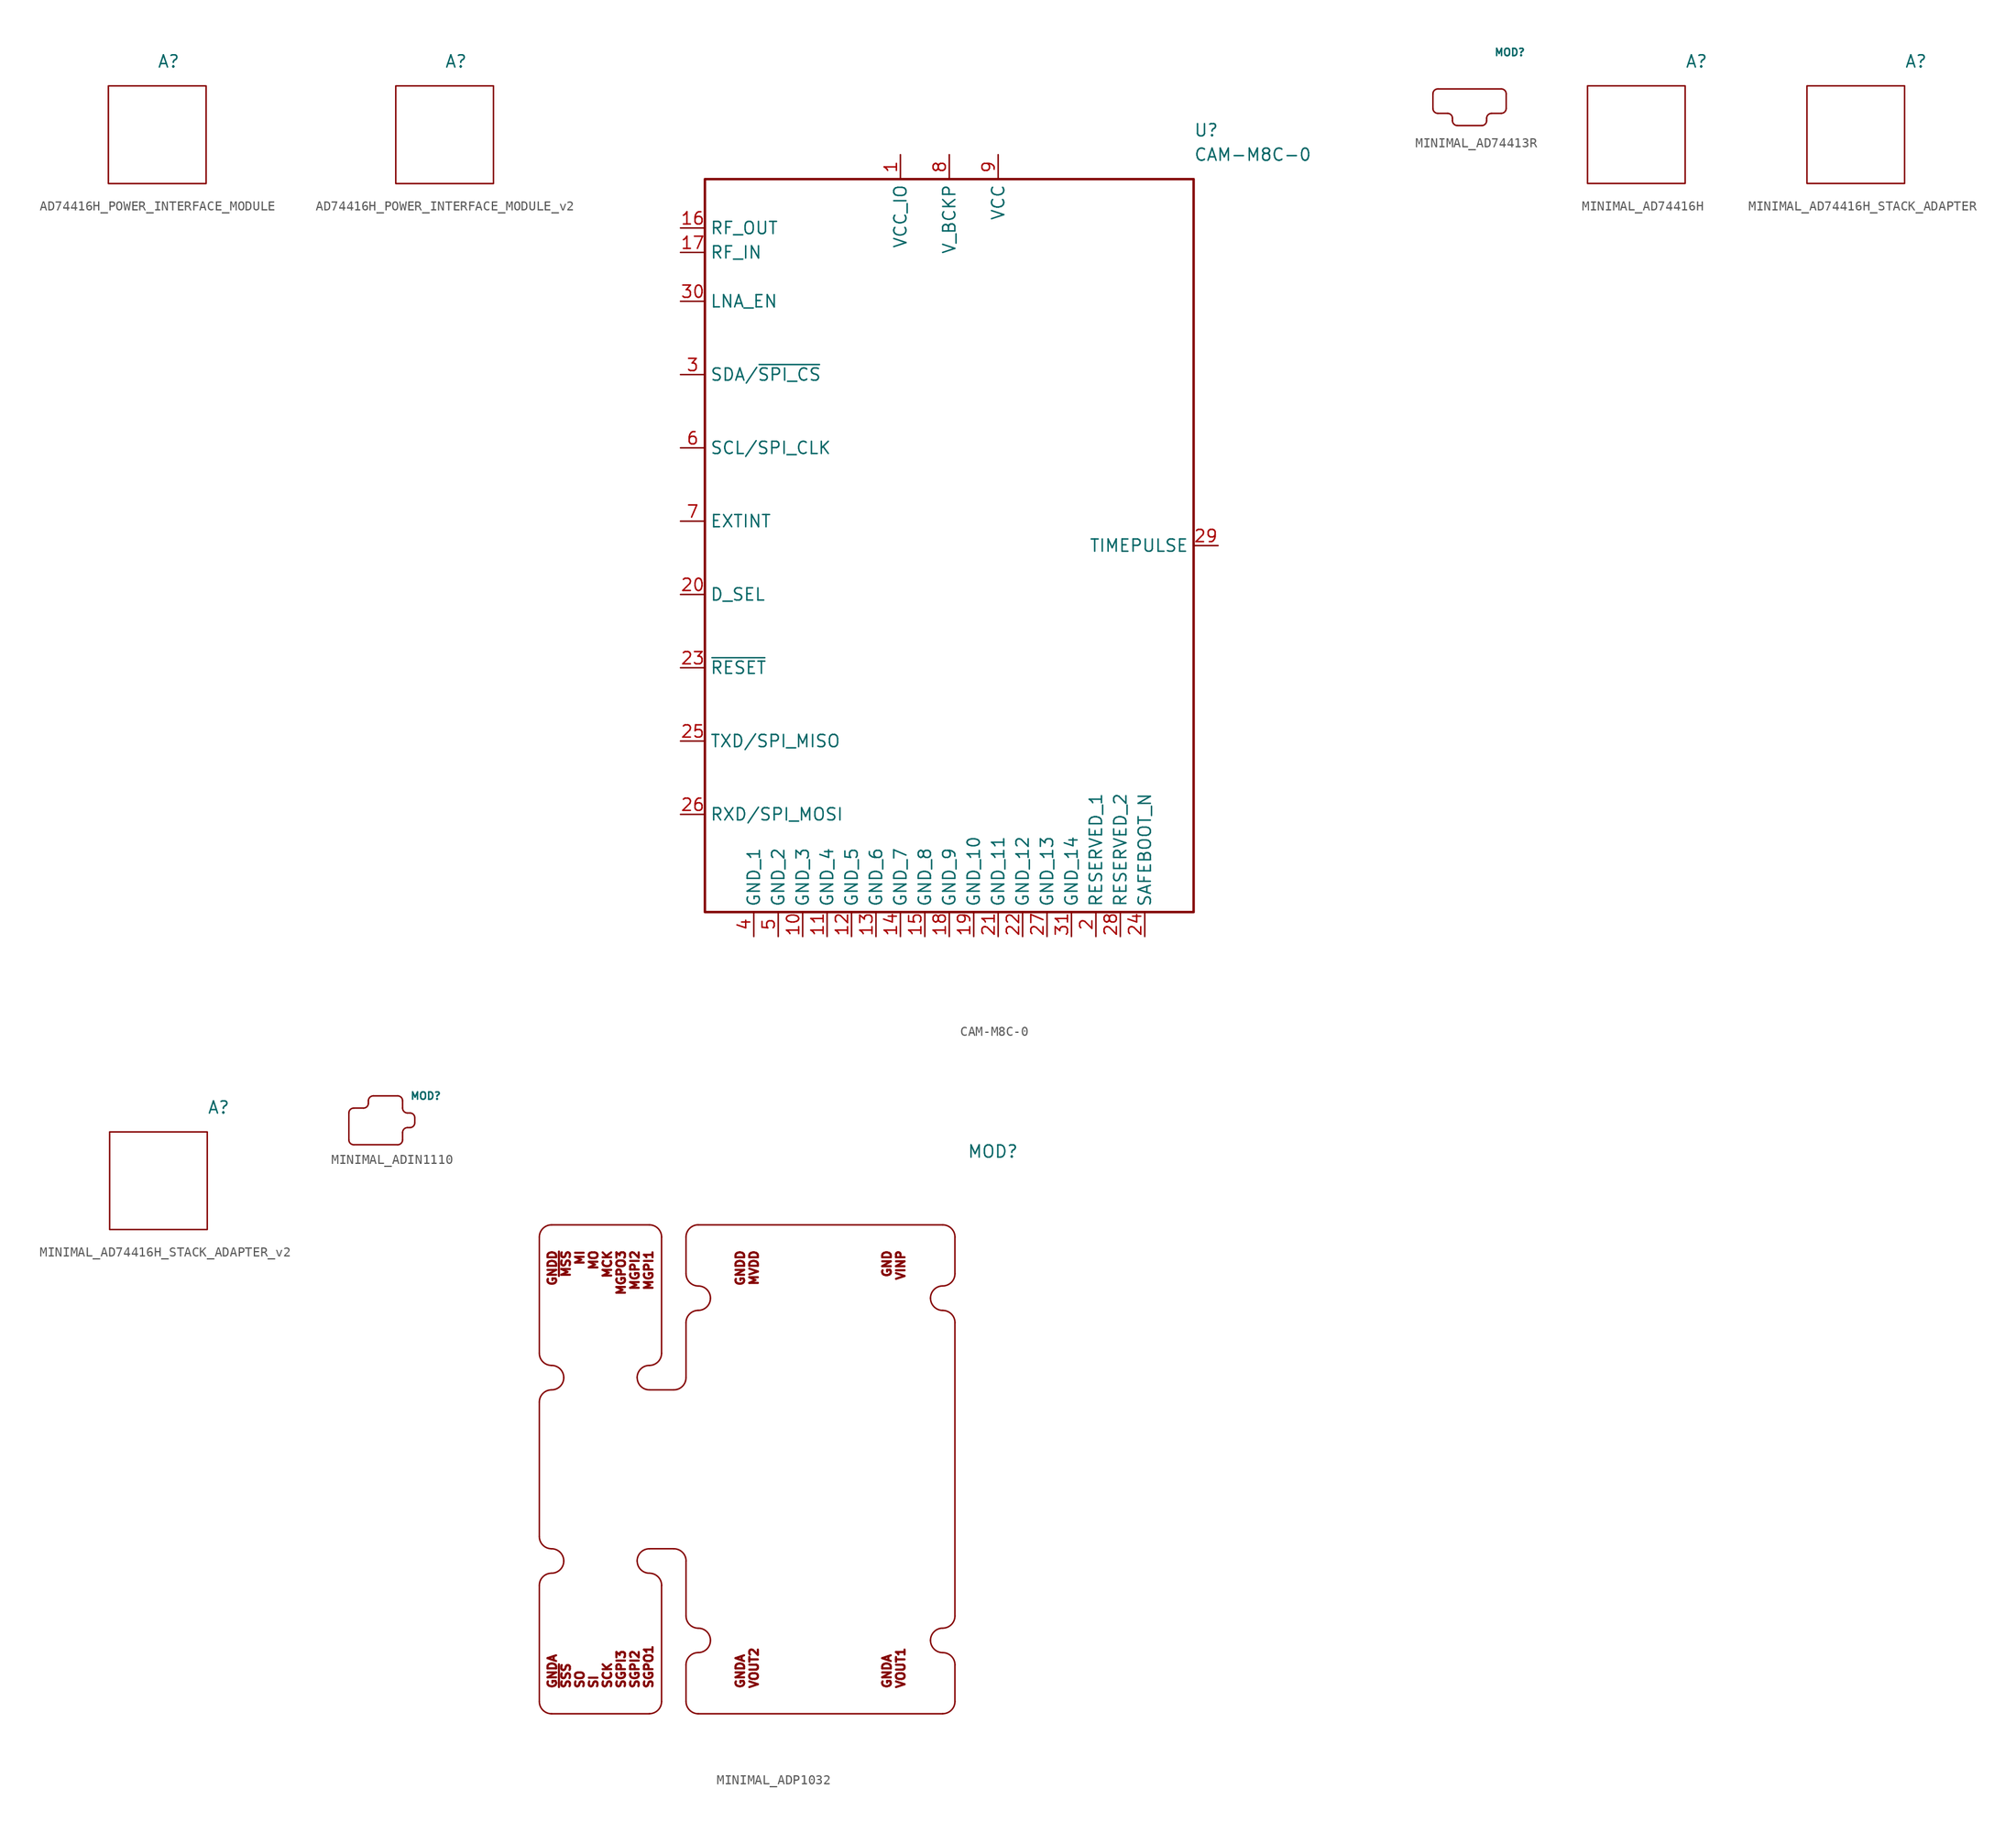
<source format=kicad_sym>
(kicad_symbol_lib
  (version 20241209)
  (generator "kicad_symbol_editor")
  (generator_version "9.0")
  (symbol "AD74416H_POWER_INTERFACE_MODULE"
    (property "Reference" "A"
      (at 0 7.62 0)
      (effects (font (size 1.27 1.27)) (justify left)))
    (property "Value" ""
      (at 0 0 0)
      (effects (font (size 1.27 1.27))))
    (symbol "AD74416H_POWER_INTERFACE_MODULE_0_1"
      (rectangle (start -5.08 5.08) (end 5.08 -5.08) (stroke (width 0) (type default)) (fill (type none)))))
  (symbol "AD74416H_POWER_INTERFACE_MODULE_v2"
    (property "Reference" "A"
      (at 0 7.62 0)
      (effects (font (size 1.27 1.27)) (justify left)))
    (property "Value" ""
      (at 0 0 0)
      (effects (font (size 1.27 1.27))))
    (symbol "AD74416H_POWER_INTERFACE_MODULE_v2_0_1"
      (rectangle (start -5.08 5.08) (end 5.08 -5.08) (stroke (width 0) (type default)) (fill (type none)))))
  (symbol "CAM-M8C-0"
    (property "Reference" "U"
      (at 25.4 43.18 0)
      (effects (font (size 1.27 1.27)) (justify left)))
    (property "Value" "CAM-M8C-0"
      (at 25.4 40.64 0)
      (effects (font (size 1.27 1.27)) (justify left)))
    (symbol "CAM-M8C-0_1_1"
      (rectangle (start -25.4 38.1) (end 25.4 -38.1) (stroke (width 0.254) (type default)) (fill (type none)))
      (pin passive line (at -27.94 33.02 0) (length 2.54) (name "RF_OUT" (effects (font (size 1.27 1.27)))) (number "16" (effects (font (size 1.27 1.27)))))
      (pin passive line (at -27.94 30.48 0) (length 2.54) (name "RF_IN" (effects (font (size 1.27 1.27)))) (number "17" (effects (font (size 1.27 1.27)))))
      (pin passive line (at -27.94 25.4 0) (length 2.54) (name "LNA_EN" (effects (font (size 1.27 1.27)))) (number "30" (effects (font (size 1.27 1.27)))))
      (pin passive line (at -27.94 17.78 0) (length 2.54) (name "SDA/~{SPI_CS}" (effects (font (size 1.27 1.27)))) (number "3" (effects (font (size 1.27 1.27)))))
      (pin passive line (at -27.94 10.16 0) (length 2.54) (name "SCL/SPI_CLK" (effects (font (size 1.27 1.27)))) (number "6" (effects (font (size 1.27 1.27)))))
      (pin passive line (at -27.94 2.54 0) (length 2.54) (name "EXTINT" (effects (font (size 1.27 1.27)))) (number "7" (effects (font (size 1.27 1.27)))))
      (pin passive line (at -27.94 -5.08 0) (length 2.54) (name "D_SEL" (effects (font (size 1.27 1.27)))) (number "20" (effects (font (size 1.27 1.27)))))
      (pin passive line (at -27.94 -12.7 0) (length 2.54) (name "~{RESET}" (effects (font (size 1.27 1.27)))) (number "23" (effects (font (size 1.27 1.27)))))
      (pin passive line (at -27.94 -20.32 0) (length 2.54) (name "TXD/SPI_MISO" (effects (font (size 1.27 1.27)))) (number "25" (effects (font (size 1.27 1.27)))))
      (pin passive line (at -27.94 -27.94 0) (length 2.54) (name "RXD/SPI_MOSI" (effects (font (size 1.27 1.27)))) (number "26" (effects (font (size 1.27 1.27)))))
      (pin passive line (at -20.32 -40.64 90) (length 2.54) (name "GND_1" (effects (font (size 1.27 1.27)))) (number "4" (effects (font (size 1.27 1.27)))))
      (pin passive line (at -17.78 -40.64 90) (length 2.54) (name "GND_2" (effects (font (size 1.27 1.27)))) (number "5" (effects (font (size 1.27 1.27)))))
      (pin passive line (at -15.24 -40.64 90) (length 2.54) (name "GND_3" (effects (font (size 1.27 1.27)))) (number "10" (effects (font (size 1.27 1.27)))))
      (pin passive line (at -12.7 -40.64 90) (length 2.54) (name "GND_4" (effects (font (size 1.27 1.27)))) (number "11" (effects (font (size 1.27 1.27)))))
      (pin passive line (at -10.16 -40.64 90) (length 2.54) (name "GND_5" (effects (font (size 1.27 1.27)))) (number "12" (effects (font (size 1.27 1.27)))))
      (pin passive line (at -7.62 -40.64 90) (length 2.54) (name "GND_6" (effects (font (size 1.27 1.27)))) (number "13" (effects (font (size 1.27 1.27)))))
      (pin passive line (at -5.08 40.64 270) (length 2.54) (name "VCC_IO" (effects (font (size 1.27 1.27)))) (number "1" (effects (font (size 1.27 1.27)))))
      (pin passive line (at -5.08 -40.64 90) (length 2.54) (name "GND_7" (effects (font (size 1.27 1.27)))) (number "14" (effects (font (size 1.27 1.27)))))
      (pin passive line (at -2.54 -40.64 90) (length 2.54) (name "GND_8" (effects (font (size 1.27 1.27)))) (number "15" (effects (font (size 1.27 1.27)))))
      (pin passive line (at 0 40.64 270) (length 2.54) (name "V_BCKP" (effects (font (size 1.27 1.27)))) (number "8" (effects (font (size 1.27 1.27)))))
      (pin passive line (at 0 -40.64 90) (length 2.54) (name "GND_9" (effects (font (size 1.27 1.27)))) (number "18" (effects (font (size 1.27 1.27)))))
      (pin passive line (at 2.54 -40.64 90) (length 2.54) (name "GND_10" (effects (font (size 1.27 1.27)))) (number "19" (effects (font (size 1.27 1.27)))))
      (pin passive line (at 5.08 40.64 270) (length 2.54) (name "VCC" (effects (font (size 1.27 1.27)))) (number "9" (effects (font (size 1.27 1.27)))))
      (pin passive line (at 5.08 -40.64 90) (length 2.54) (name "GND_11" (effects (font (size 1.27 1.27)))) (number "21" (effects (font (size 1.27 1.27)))))
      (pin passive line (at 7.62 -40.64 90) (length 2.54) (name "GND_12" (effects (font (size 1.27 1.27)))) (number "22" (effects (font (size 1.27 1.27)))))
      (pin passive line (at 10.16 -40.64 90) (length 2.54) (name "GND_13" (effects (font (size 1.27 1.27)))) (number "27" (effects (font (size 1.27 1.27)))))
      (pin passive line (at 12.7 -40.64 90) (length 2.54) (name "GND_14" (effects (font (size 1.27 1.27)))) (number "31" (effects (font (size 1.27 1.27)))))
      (pin passive line (at 15.24 -40.64 90) (length 2.54) (name "RESERVED_1" (effects (font (size 1.27 1.27)))) (number "2" (effects (font (size 1.27 1.27)))))
      (pin passive line (at 17.78 -40.64 90) (length 2.54) (name "RESERVED_2" (effects (font (size 1.27 1.27)))) (number "28" (effects (font (size 1.27 1.27)))))
      (pin passive line (at 20.32 -40.64 90) (length 2.54) (name "SAFEBOOT_N" (effects (font (size 1.27 1.27)))) (number "24" (effects (font (size 1.27 1.27)))))
      (pin passive line (at 27.94 0 180) (length 2.54) (name "TIMEPULSE" (effects (font (size 1.27 1.27)))) (number "29" (effects (font (size 1.27 1.27)))))))
  (symbol "MINIMAL_AD74413R"
    (property "Reference" "MOD"
      (at 2.54 5.08 0)
      (effects (font (size 0.762 0.762)) (justify left)))
    (property "Value" ""
      (at 0 0 0)
      (effects (font (size 1.27 1.27))))
    (symbol "MINIMAL_AD74413R_0_1"
      (polyline (pts (xy -3.81 0.762) (xy -3.81 -0.762)) (stroke (width 0) (type default)) (fill (type none)))
      (arc (start -3.81 0.762) (mid -3.6612 1.1212) (end -3.302 1.27) (stroke (width 0) (type default)) (fill (type none)))
      (arc (start -3.302 -1.27) (mid -3.6612 -1.1212) (end -3.81 -0.762) (stroke (width 0) (type default)) (fill (type none)))
      (polyline (pts (xy -2.286 -1.27) (xy -3.302 -1.27)) (stroke (width 0) (type default)) (fill (type none)))
      (arc (start -2.286 -1.27) (mid -1.9268 -1.4188) (end -1.778 -1.778) (stroke (width 0) (type default)) (fill (type none)))
      (polyline (pts (xy -1.778 -2.032) (xy -1.778 -1.778)) (stroke (width 0) (type default)) (fill (type none)))
      (arc (start -1.27 -2.54) (mid -1.6292 -2.3912) (end -1.778 -2.032) (stroke (width 0) (type default)) (fill (type none)))
      (polyline (pts (xy -1.27 -2.54) (xy 1.27 -2.54)) (stroke (width 0) (type default)) (fill (type none)))
      (arc (start 1.778 -2.032) (mid 1.6285 -2.3899) (end 1.27 -2.54) (stroke (width 0) (type default)) (fill (type none)))
      (polyline (pts (xy 1.778 -2.032) (xy 1.778 -1.778)) (stroke (width 0) (type default)) (fill (type none)))
      (polyline (pts (xy 2.286 -1.27) (xy 3.302 -1.27)) (stroke (width 0) (type default)) (fill (type none)))
      (arc (start 1.778 -1.778) (mid 1.9268 -1.4188) (end 2.286 -1.27) (stroke (width 0) (type default)) (fill (type none)))
      (arc (start 3.302 1.27) (mid 3.6612 1.1212) (end 3.81 0.762) (stroke (width 0) (type default)) (fill (type none)))
      (arc (start 3.81 -0.762) (mid 3.6606 -1.1206) (end 3.302 -1.27) (stroke (width 0) (type default)) (fill (type none)))
      (polyline (pts (xy 3.302 1.27) (xy -3.302 1.27)) (stroke (width 0) (type default)) (fill (type none)))
      (polyline (pts (xy 3.81 0.762) (xy 3.81 -0.762)) (stroke (width 0) (type default)) (fill (type none)))))
  (symbol "MINIMAL_AD74416H"
    (property "Reference" "A"
      (at 5.08 7.62 0)
      (effects (font (size 1.27 1.27)) (justify left)))
    (property "Value" ""
      (at 0 0 0)
      (effects (font (size 1.27 1.27))))
    (symbol "MINIMAL_AD74416H_0_1"
      (rectangle (start -5.08 5.08) (end 5.08 -5.08) (stroke (width 0) (type default)) (fill (type none)))))
  (symbol "MINIMAL_AD74416H_STACK_ADAPTER"
    (property "Reference" "A"
      (at 5.08 7.62 0)
      (effects (font (size 1.27 1.27)) (justify left)))
    (property "Value" ""
      (at 0 0 0)
      (effects (font (size 1.27 1.27))))
    (symbol "MINIMAL_AD74416H_STACK_ADAPTER_0_1"
      (rectangle (start -5.08 5.08) (end 5.08 -5.08) (stroke (width 0) (type default)) (fill (type none)))))
  (symbol "MINIMAL_AD74416H_STACK_ADAPTER_v2"
    (property "Reference" "A"
      (at 5.08 7.62 0)
      (effects (font (size 1.27 1.27)) (justify left)))
    (property "Value" ""
      (at 0 0 0)
      (effects (font (size 1.27 1.27))))
    (symbol "MINIMAL_AD74416H_STACK_ADAPTER_v2_0_1"
      (rectangle (start -5.08 5.08) (end 5.08 -5.08) (stroke (width 0) (type default)) (fill (type none)))))
  (symbol "MINIMAL_ADIN1110"
    (property "Reference" "MOD"
      (at 2.54 2.54 0)
      (effects (font (size 0.762 0.762)) (justify left)))
    (property "Value" ""
      (at 0 0 0)
      (effects (font (size 1.27 1.27))))
    (symbol "MINIMAL_ADIN1110_0_1"
      (polyline (pts (xy -3.81 -2.032) (xy -3.81 0.762)) (stroke (width 0) (type default)) (fill (type none)))
      (arc (start -3.81 0.762) (mid -3.6612 1.1212) (end -3.302 1.27) (stroke (width 0) (type default)) (fill (type none)))
      (arc (start -3.302 -2.54) (mid -3.6612 -2.3912) (end -3.81 -2.032) (stroke (width 0) (type default)) (fill (type none)))
      (arc (start -1.778 1.778) (mid -1.9268 1.4188) (end -2.286 1.27) (stroke (width 0) (type default)) (fill (type none)))
      (polyline (pts (xy -2.286 1.27) (xy -3.302 1.27)) (stroke (width 0) (type default)) (fill (type none)))
      (polyline (pts (xy -1.778 2.032) (xy -1.778 1.778)) (stroke (width 0) (type default)) (fill (type none)))
      (polyline (pts (xy -1.27 2.54) (xy 1.27 2.54)) (stroke (width 0) (type default)) (fill (type none)))
      (arc (start -1.778 2.032) (mid -1.6292 2.3912) (end -1.27 2.54) (stroke (width 0) (type default)) (fill (type none)))
      (arc (start 1.78 -2.034) (mid 1.6299 -2.3913) (end 1.272 -2.542) (stroke (width 0) (type default)) (fill (type none)))
      (arc (start 1.27 2.54) (mid 1.6292 2.3912) (end 1.778 2.032) (stroke (width 0) (type default)) (fill (type none)))
      (polyline (pts (xy 1.27 -2.54) (xy -3.302 -2.54)) (stroke (width 0) (type default)) (fill (type none)))
      (polyline (pts (xy 1.778 2.032) (xy 1.778 1.27)) (stroke (width 0) (type default)) (fill (type none)))
      (polyline (pts (xy 1.778 -1.27) (xy 1.778 -2.032)) (stroke (width 0) (type default)) (fill (type none)))
      (arc (start 2.286 0.762) (mid 1.9268 0.9108) (end 1.778 1.27) (stroke (width 0) (type default)) (fill (type none)))
      (polyline (pts (xy 2.286 0.762) (xy 2.54 0.762)) (stroke (width 0) (type default)) (fill (type none)))
      (polyline (pts (xy 2.286 -0.762) (xy 2.54 -0.762)) (stroke (width 0) (type default)) (fill (type none)))
      (arc (start 1.778 -1.27) (mid 1.9268 -0.9108) (end 2.286 -0.762) (stroke (width 0) (type default)) (fill (type none)))
      (arc (start 3.05 -0.256) (mid 2.8992 -0.6121) (end 2.542 -0.764) (stroke (width 0) (type default)) (fill (type none)))
      (arc (start 2.542 0.764) (mid 2.9006 0.6146) (end 3.05 0.256) (stroke (width 0) (type default)) (fill (type none)))
      (polyline (pts (xy 3.048 -0.254) (xy 3.048 0.254)) (stroke (width 0) (type default)) (fill (type none)))))
  (symbol "MINIMAL_ADP1032"
    (property "Reference" "MOD"
      (at 25.4 33.02 0)
      (effects (font (size 1.27 1.27)) (justify left)))
    (property "Value" ""
      (at -3.175 12.7 0)
      (effects (font (size 1.27 1.27))))
    (symbol "MINIMAL_ADP1032_0_1"
      (polyline (pts (xy -19.05 24.13) (xy -19.05 12.065)) (stroke (width 0) (type default)) (fill (type none)))
      (polyline (pts (xy -19.05 6.985) (xy -19.05 -6.985)) (stroke (width 0) (type default)) (fill (type none)))
      (polyline (pts (xy -19.05 -24.13) (xy -19.05 -12.065)) (stroke (width 0) (type default)) (fill (type none)))
      (arc (start -16.51 9.525) (mid -16.882 8.627) (end -17.78 8.255) (stroke (width 0) (type default)) (fill (type none)))
      (arc (start -17.78 10.795) (mid -16.882 10.423) (end -16.51 9.525) (stroke (width 0) (type default)) (fill (type none)))
      (arc (start -16.51 -9.525) (mid -16.882 -10.423) (end -17.78 -10.795) (stroke (width 0) (type default)) (fill (type none)))
      (arc (start -17.78 -8.255) (mid -16.882 -8.627) (end -16.51 -9.525) (stroke (width 0) (type default)) (fill (type none)))
      (arc (start -19.05 24.13) (mid -18.678 25.028) (end -17.78 25.4) (stroke (width 0) (type default)) (fill (type none)))
      (arc (start -17.78 10.795) (mid -18.678 11.167) (end -19.05 12.065) (stroke (width 0) (type default)) (fill (type none)))
      (arc (start -19.05 6.985) (mid -18.678 7.883) (end -17.78 8.255) (stroke (width 0) (type default)) (fill (type none)))
      (arc (start -17.78 -8.255) (mid -18.678 -7.883) (end -19.05 -6.985) (stroke (width 0) (type default)) (fill (type none)))
      (arc (start -19.05 -12.065) (mid -18.678 -11.167) (end -17.78 -10.795) (stroke (width 0) (type default)) (fill (type none)))
      (arc (start -17.78 -25.4) (mid -18.678 -25.028) (end -19.05 -24.13) (stroke (width 0) (type default)) (fill (type none)))
      (arc (start -7.62 25.4) (mid -6.722 25.028) (end -6.35 24.13) (stroke (width 0) (type default)) (fill (type none)))
      (arc (start -6.35 12.065) (mid -6.722 11.167) (end -7.62 10.795) (stroke (width 0) (type default)) (fill (type none)))
      (arc (start -7.62 -10.795) (mid -6.722 -11.167) (end -6.35 -12.065) (stroke (width 0) (type default)) (fill (type none)))
      (arc (start -6.35 -24.13) (mid -6.722 -25.028) (end -7.62 -25.4) (stroke (width 0) (type default)) (fill (type none)))
      (polyline (pts (xy -7.62 25.4) (xy -17.78 25.4)) (stroke (width 0) (type default)) (fill (type none)))
      (polyline (pts (xy -7.62 -25.4) (xy -17.78 -25.4)) (stroke (width 0) (type default)) (fill (type none)))
      (arc (start -7.62 8.255) (mid -8.518 8.627) (end -8.89 9.525) (stroke (width 0) (type default)) (fill (type none)))
      (arc (start -8.89 9.525) (mid -8.518 10.423) (end -7.62 10.795) (stroke (width 0) (type default)) (fill (type none)))
      (arc (start -7.62 -10.795) (mid -8.518 -10.423) (end -8.89 -9.525) (stroke (width 0) (type default)) (fill (type none)))
      (arc (start -8.89 -9.525) (mid -8.518 -8.627) (end -7.62 -8.255) (stroke (width 0) (type default)) (fill (type none)))
      (polyline (pts (xy -6.35 12.065) (xy -6.35 24.13)) (stroke (width 0) (type default)) (fill (type none)))
      (polyline (pts (xy -6.35 -12.065) (xy -6.35 -24.13)) (stroke (width 0) (type default)) (fill (type none)))
      (arc (start -3.81 9.525) (mid -4.182 8.627) (end -5.08 8.255) (stroke (width 0) (type default)) (fill (type none)))
      (arc (start -5.08 -8.255) (mid -4.182 -8.627) (end -3.81 -9.525) (stroke (width 0) (type default)) (fill (type none)))
      (polyline (pts (xy -5.08 8.255) (xy -7.62 8.255)) (stroke (width 0) (type default)) (fill (type none)))
      (polyline (pts (xy -5.08 -8.255) (xy -7.62 -8.255)) (stroke (width 0) (type default)) (fill (type none)))
      (polyline (pts (xy -3.81 20.32) (xy -3.81 24.13)) (stroke (width 0) (type default)) (fill (type none)))
      (polyline (pts (xy -3.81 9.525) (xy -3.81 15.24)) (stroke (width 0) (type default)) (fill (type none)))
      (polyline (pts (xy -3.81 -9.525) (xy -3.81 -15.24)) (stroke (width 0) (type default)) (fill (type none)))
      (polyline (pts (xy -3.81 -20.32) (xy -3.81 -24.13)) (stroke (width 0) (type default)) (fill (type none)))
      (arc (start -1.27 17.78) (mid -1.642 16.882) (end -2.54 16.51) (stroke (width 0) (type default)) (fill (type none)))
      (arc (start -2.54 19.05) (mid -1.642 18.678) (end -1.27 17.78) (stroke (width 0) (type default)) (fill (type none)))
      (arc (start -1.27 -17.78) (mid -1.642 -18.678) (end -2.54 -19.05) (stroke (width 0) (type default)) (fill (type none)))
      (arc (start -2.54 -16.51) (mid -1.642 -16.882) (end -1.27 -17.78) (stroke (width 0) (type default)) (fill (type none)))
      (polyline (pts (xy -2.54 25.4) (xy 22.86 25.4)) (stroke (width 0) (type default)) (fill (type none)))
      (polyline (pts (xy -2.54 -25.4) (xy 22.86 -25.4)) (stroke (width 0) (type default)) (fill (type none)))
      (arc (start -3.81 24.13) (mid -3.438 25.028) (end -2.54 25.4) (stroke (width 0) (type default)) (fill (type none)))
      (arc (start -2.54 19.05) (mid -3.438 19.422) (end -3.81 20.32) (stroke (width 0) (type default)) (fill (type none)))
      (arc (start -3.81 15.24) (mid -3.438 16.138) (end -2.54 16.51) (stroke (width 0) (type default)) (fill (type none)))
      (arc (start -2.54 -16.51) (mid -3.438 -16.138) (end -3.81 -15.24) (stroke (width 0) (type default)) (fill (type none)))
      (arc (start -3.81 -20.32) (mid -3.438 -19.422) (end -2.54 -19.05) (stroke (width 0) (type default)) (fill (type none)))
      (arc (start -2.54 -25.4) (mid -3.438 -25.028) (end -3.81 -24.13) (stroke (width 0) (type default)) (fill (type none)))
      (arc (start 22.86 25.4) (mid 23.758 25.028) (end 24.13 24.13) (stroke (width 0) (type default)) (fill (type none)))
      (arc (start 24.13 20.32) (mid 23.758 19.422) (end 22.86 19.05) (stroke (width 0) (type default)) (fill (type none)))
      (arc (start 21.59 17.78) (mid 21.962 18.678) (end 22.86 19.05) (stroke (width 0) (type default)) (fill (type none)))
      (arc (start 22.86 16.51) (mid 21.962 16.882) (end 21.59 17.78) (stroke (width 0) (type default)) (fill (type none)))
      (arc (start 22.86 16.51) (mid 23.758 16.138) (end 24.13 15.24) (stroke (width 0) (type default)) (fill (type none)))
      (arc (start 24.13 -15.24) (mid 23.758 -16.138) (end 22.86 -16.51) (stroke (width 0) (type default)) (fill (type none)))
      (arc (start 21.59 -17.78) (mid 21.962 -16.882) (end 22.86 -16.51) (stroke (width 0) (type default)) (fill (type none)))
      (arc (start 22.86 -19.05) (mid 21.962 -18.678) (end 21.59 -17.78) (stroke (width 0) (type default)) (fill (type none)))
      (arc (start 22.86 -19.05) (mid 23.758 -19.422) (end 24.13 -20.32) (stroke (width 0) (type default)) (fill (type none)))
      (arc (start 24.13 -24.13) (mid 23.758 -25.028) (end 22.86 -25.4) (stroke (width 0) (type default)) (fill (type none)))
      (polyline (pts (xy 24.13 24.13) (xy 24.13 20.32)) (stroke (width 0) (type default)) (fill (type none)))
      (polyline (pts (xy 24.13 15.24) (xy 24.13 -15.24)) (stroke (width 0) (type default)) (fill (type none)))
      (polyline (pts (xy 24.13 -24.13) (xy 24.13 -20.32)) (stroke (width 0) (type default)) (fill (type none))))
    (symbol "MINIMAL_ADP1032_1_1"
      (text "GNDD\n~{MSS}\nMI\nMO\nMCK\nMGPO3\nMGPI2\nMGPI1" (at -12.7 22.86 900) (effects (font (size 0.889 0.889) (thickness 0.254) (bold yes)) (justify right)))
      (text "GNDA\n~{SSS}\nSO\nSI\nSCK\nSGPI3\nSGPI2\nSGPO1" (at -12.7 -22.86 900) (effects (font (size 0.889 0.889) (thickness 0.254) (bold yes)) (justify left)))
      (text "GNDD\nMVDD" (at 2.54 22.86 900) (effects (font (size 0.889 0.889) (thickness 0.254) (bold yes)) (justify right)))
      (text "GNDA\nVOUT2" (at 2.54 -22.86 900) (effects (font (size 0.889 0.889) (thickness 0.254) (bold yes)) (justify left)))
      (text "GND\nVINP" (at 17.78 22.86 900) (effects (font (size 0.889 0.889) (thickness 0.254) (bold yes)) (justify right)))
      (text "GNDA\nVOUT1" (at 17.78 -22.86 900) (effects (font (size 0.889 0.889) (thickness 0.254) (bold yes)) (justify left))))))
</source>
